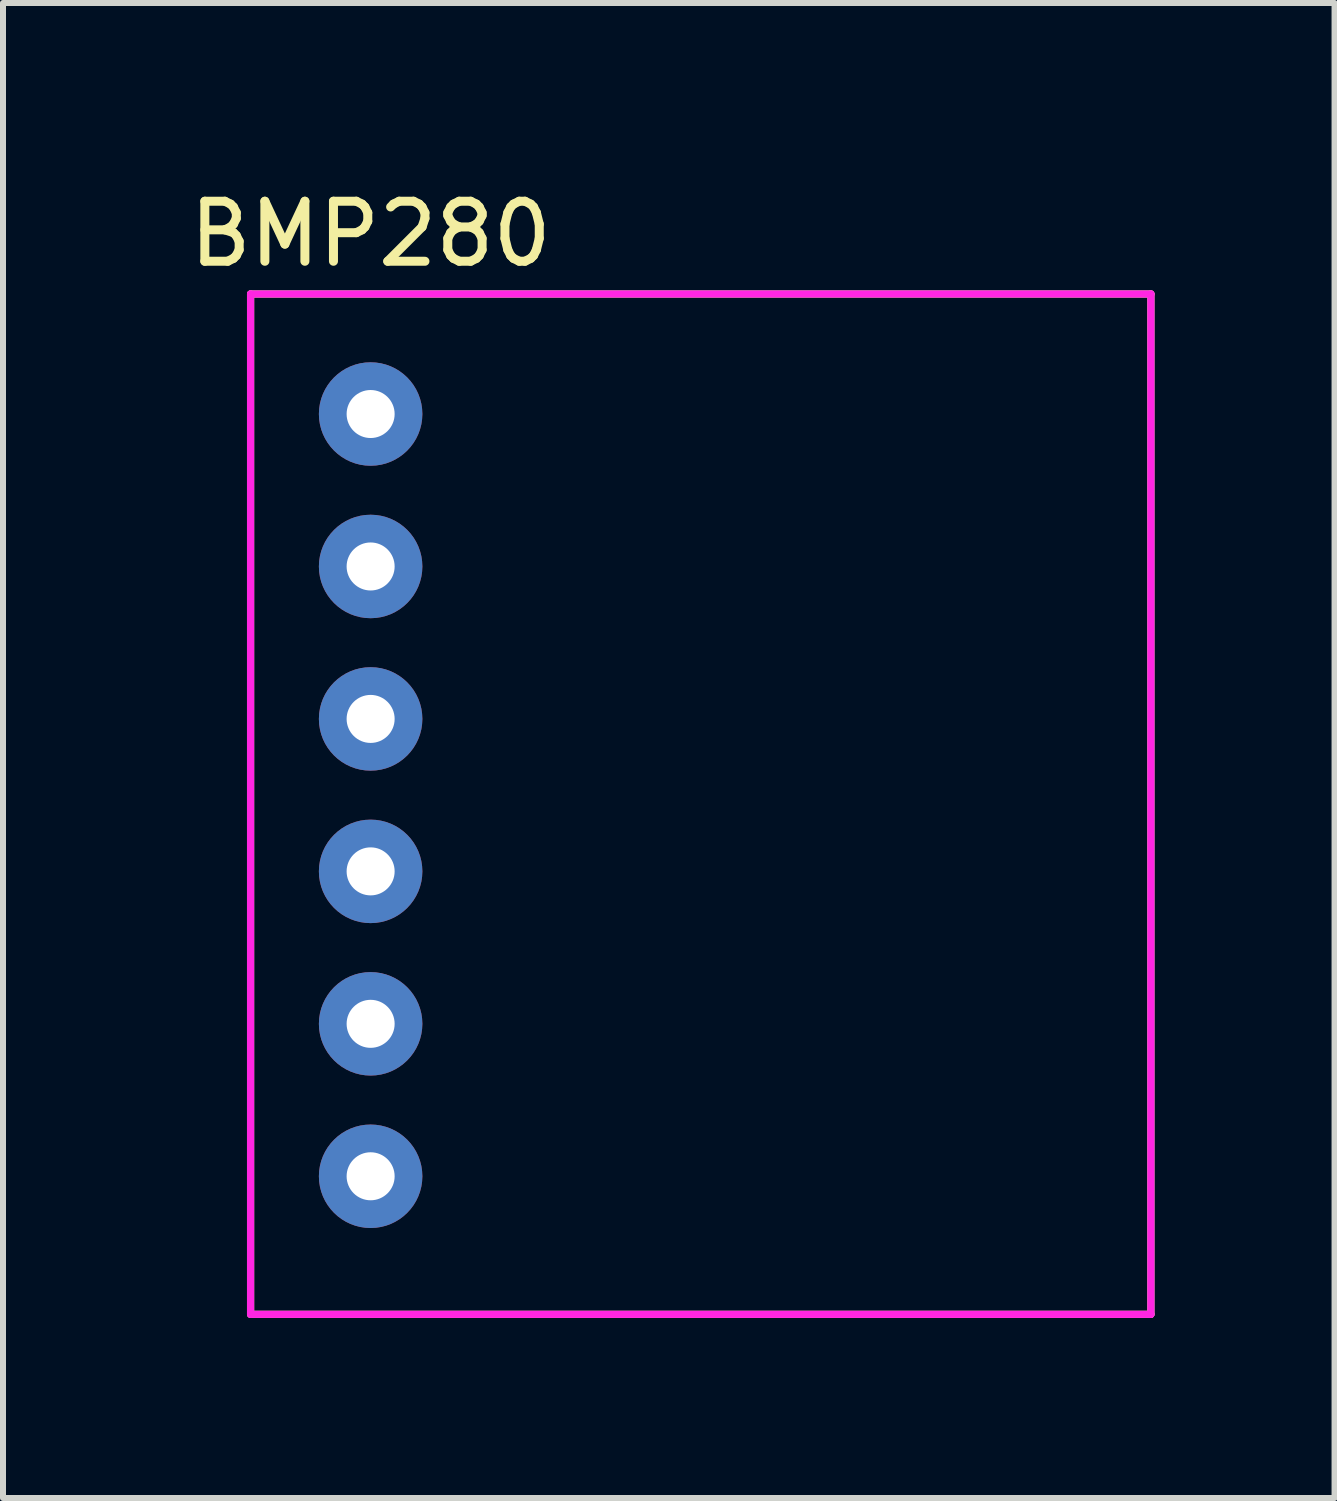
<source format=kicad_pcb>
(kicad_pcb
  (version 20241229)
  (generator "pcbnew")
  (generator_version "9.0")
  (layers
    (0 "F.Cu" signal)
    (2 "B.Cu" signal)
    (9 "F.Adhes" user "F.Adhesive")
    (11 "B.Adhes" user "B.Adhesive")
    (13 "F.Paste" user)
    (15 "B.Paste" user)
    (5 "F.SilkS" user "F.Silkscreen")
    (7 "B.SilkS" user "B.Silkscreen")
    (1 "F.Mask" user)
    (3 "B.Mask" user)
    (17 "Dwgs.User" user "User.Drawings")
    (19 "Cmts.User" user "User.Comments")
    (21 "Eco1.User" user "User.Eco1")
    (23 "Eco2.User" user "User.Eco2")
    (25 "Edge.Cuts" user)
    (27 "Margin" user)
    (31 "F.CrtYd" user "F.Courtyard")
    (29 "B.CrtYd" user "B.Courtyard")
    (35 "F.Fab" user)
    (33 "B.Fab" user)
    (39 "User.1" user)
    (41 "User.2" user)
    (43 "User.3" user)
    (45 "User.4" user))
  (footprint "BMP280"
    (layer "F.Cu")
    (at 3.125 3.848)
    (property "Reference" "BMP280" (at 0 -3 0) (layer "F.SilkS") (effects (font (size 1 1) (thickness 0.15))))
    (attr through_hole)
    (fp_line (start -2 -2) (end 13 -2) (stroke (width 0.12) (type solid)) (layer "F.SilkS"))
    (fp_line (start -2 15) (end -2 -2) (stroke (width 0.12) (type solid)) (layer "F.SilkS"))
    (fp_line (start 13 -2) (end 13 15) (stroke (width 0.12) (type solid)) (layer "F.SilkS"))
    (fp_line (start 13 15) (end -2 15) (stroke (width 0.12) (type solid)) (layer "F.SilkS"))
    (fp_line (start -2 -2) (end 13 -2) (stroke (width 0.12) (type solid)) (layer "F.CrtYd"))
    (fp_line (start -2 15) (end -2 -2) (stroke (width 0.12) (type solid)) (layer "F.CrtYd"))
    (fp_line (start 13 -2) (end 13 15) (stroke (width 0.12) (type solid)) (layer "F.CrtYd"))
    (fp_line (start 13 15) (end -2 15) (stroke (width 0.12) (type solid)) (layer "F.CrtYd"))
    (pad "1" thru_hole circle (at 0 0) (size 1.724 1.724) (drill 0.8) (layers "*.Cu" "*.Mask"))
    (pad "2" thru_hole circle (at 0 2.54) (size 1.724 1.724) (drill 0.8) (layers "*.Cu" "*.Mask"))
    (pad "3" thru_hole circle (at 0 5.08) (size 1.724 1.724) (drill 0.8) (layers "*.Cu" "*.Mask"))
    (pad "4" thru_hole circle (at 0 7.62) (size 1.724 1.724) (drill 0.8) (layers "*.Cu" "*.Mask"))
    (pad "5" thru_hole circle (at 0 10.16) (size 1.724 1.724) (drill 0.8) (layers "*.Cu" "*.Mask"))
    (pad "6" thru_hole circle (at 0 12.7) (size 1.724 1.724) (drill 0.8) (layers "*.Cu" "*.Mask")))
  (gr_rect
    (start -3 -3)
    (end 19.185 21.908)
    (stroke (width 0.1) (type default))
    (fill no)
    (layer "Edge.Cuts")))
</source>
